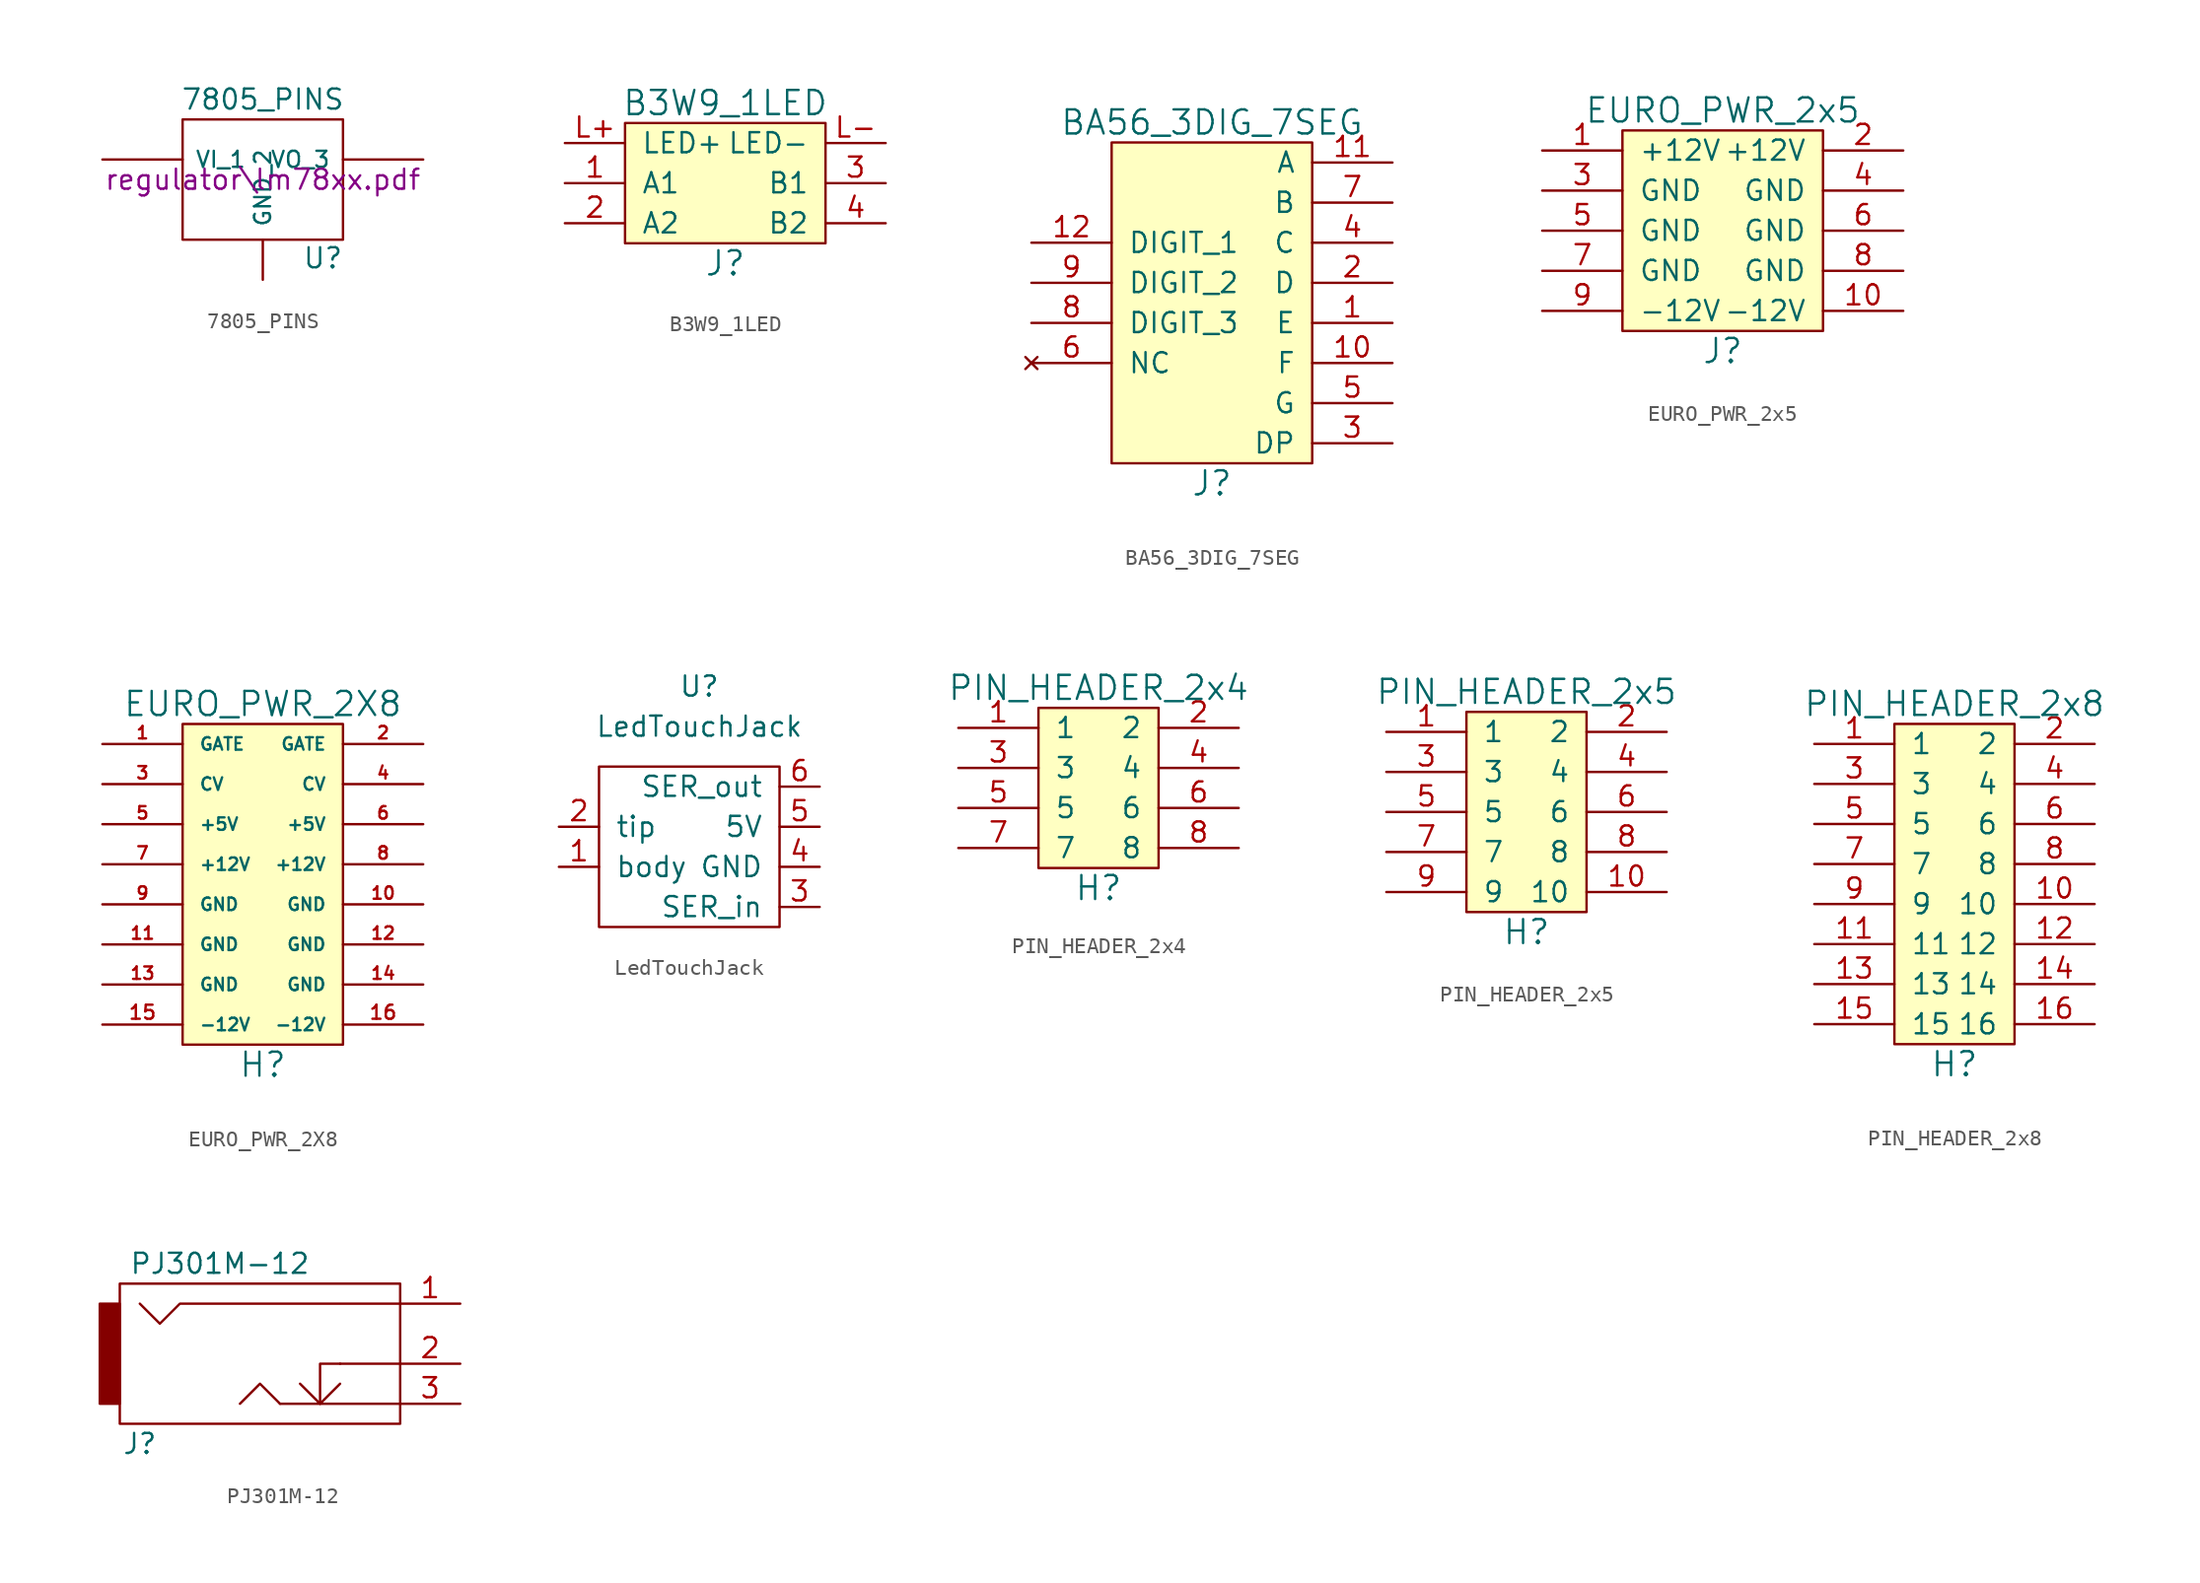
<source format=kicad_sym>
(kicad_symbol_lib
  (version 20211014)
  (generator kicad_symbol_editor)
  (symbol "7805_PINS"
    (pin_numbers hide)
    (pin_names
      (offset 0.762))
    (property "Reference" "U"
      (at 3.81 -4.978 0)
      (effects (font (size 1.27 1.27))))
    (property "Value" "7805_PINS"
      (at 0 5.08 0)
      (effects (font (size 1.27 1.27))))
    (property "Footprint" ""
      (at 0 0 0)
      (effects (font (size 1.27 1.27))))
    (property "Datasheet" "regulator\\lm78xx.pdf"
      (at 0 0 0)
      (effects (font (size 1.27 1.27))))
    (symbol "7805_PINS_0_1"
      (rectangle (start -5.08 -3.81) (end 5.08 3.81) (stroke (width 0) (type default) (color 0 0 0 0)) (fill (type none))))
    (symbol "7805_PINS_1_1"
      (pin input line (at -10.16 1.27 0) (length 5.08) (name "VI_1" (effects (font (size 1.016 1.016)))) (number "1" (effects (font (size 1.016 1.016)))))
      (pin input line (at 0 -6.35 90) (length 2.54) (name "GND_2" (effects (font (size 1.016 1.016)))) (number "2" (effects (font (size 1.016 1.016)))))
      (pin power_out line (at 10.16 1.27 180) (length 5.08) (name "VO_3" (effects (font (size 1.016 1.016)))) (number "3" (effects (font (size 1.016 1.016)))))))
  (symbol "B3W9_1LED"
    (pin_names
      (offset 1.016))
    (property "Reference" "J"
      (at 0 -5.08 0)
      (effects (font (size 1.524 1.524))))
    (property "Value" "B3W9_1LED"
      (at 0 5.08 0)
      (effects (font (size 1.524 1.524))))
    (property "Footprint" ""
      (at 1.27 -6.35 0)
      (effects (font (size 1.524 1.524))))
    (property "Datasheet" ""
      (at 1.27 -6.35 0)
      (effects (font (size 1.524 1.524))))
    (symbol "B3W9_1LED_0_1"
      (rectangle (start -6.35 3.81) (end 6.35 -3.81) (stroke (width 0) (type default) (color 0 0 0 0)) (fill (type background))))
    (symbol "B3W9_1LED_1_1"
      (pin passive line (at -10.16 0 0) (length 3.81) (name "A1" (effects (font (size 1.27 1.27)))) (number "1" (effects (font (size 1.27 1.27)))))
      (pin passive line (at -10.16 -2.54 0) (length 3.81) (name "A2" (effects (font (size 1.27 1.27)))) (number "2" (effects (font (size 1.27 1.27)))))
      (pin passive line (at 10.16 0 180) (length 3.81) (name "B1" (effects (font (size 1.27 1.27)))) (number "3" (effects (font (size 1.27 1.27)))))
      (pin passive line (at 10.16 -2.54 180) (length 3.81) (name "B2" (effects (font (size 1.27 1.27)))) (number "4" (effects (font (size 1.27 1.27)))))
      (pin passive line (at -10.16 2.54 0) (length 3.81) (name "LED+" (effects (font (size 1.27 1.27)))) (number "L+" (effects (font (size 1.27 1.27)))))
      (pin passive line (at 10.16 2.54 180) (length 3.81) (name "LED-" (effects (font (size 1.27 1.27)))) (number "L-" (effects (font (size 1.27 1.27)))))))
  (symbol "BA56_3DIG_7SEG"
    (pin_names
      (offset 1.016))
    (property "Reference" "J"
      (at 0 -11.43 0)
      (effects (font (size 1.524 1.524))))
    (property "Value" "BA56_3DIG_7SEG"
      (at 0 11.43 0)
      (effects (font (size 1.524 1.524))))
    (property "Footprint" ""
      (at 0 1.27 0)
      (effects (font (size 1.524 1.524))))
    (property "Datasheet" ""
      (at 0 1.27 0)
      (effects (font (size 1.524 1.524))))
    (symbol "BA56_3DIG_7SEG_0_1"
      (rectangle (start -6.35 10.16) (end 6.35 -10.16) (stroke (width 0) (type default) (color 0 0 0 0)) (fill (type background))))
    (symbol "BA56_3DIG_7SEG_1_1"
      (pin input line (at 11.43 -1.27 180) (length 5.08) (name "E" (effects (font (size 1.27 1.27)))) (number "1" (effects (font (size 1.27 1.27)))))
      (pin input line (at 11.43 -3.81 180) (length 5.08) (name "F" (effects (font (size 1.27 1.27)))) (number "10" (effects (font (size 1.27 1.27)))))
      (pin input line (at 11.43 8.89 180) (length 5.08) (name "A" (effects (font (size 1.27 1.27)))) (number "11" (effects (font (size 1.27 1.27)))))
      (pin input line (at -11.43 3.81 0) (length 5.08) (name "DIGIT_1" (effects (font (size 1.27 1.27)))) (number "12" (effects (font (size 1.27 1.27)))))
      (pin input line (at 11.43 1.27 180) (length 5.08) (name "D" (effects (font (size 1.27 1.27)))) (number "2" (effects (font (size 1.27 1.27)))))
      (pin input line (at 11.43 -8.89 180) (length 5.08) (name "DP" (effects (font (size 1.27 1.27)))) (number "3" (effects (font (size 1.27 1.27)))))
      (pin input line (at 11.43 3.81 180) (length 5.08) (name "C" (effects (font (size 1.27 1.27)))) (number "4" (effects (font (size 1.27 1.27)))))
      (pin input line (at 11.43 -6.35 180) (length 5.08) (name "G" (effects (font (size 1.27 1.27)))) (number "5" (effects (font (size 1.27 1.27)))))
      (pin no_connect line (at -11.43 -3.81 0) (length 5.08) (name "NC" (effects (font (size 1.27 1.27)))) (number "6" (effects (font (size 1.27 1.27)))))
      (pin input line (at 11.43 6.35 180) (length 5.08) (name "B" (effects (font (size 1.27 1.27)))) (number "7" (effects (font (size 1.27 1.27)))))
      (pin input line (at -11.43 -1.27 0) (length 5.08) (name "DIGIT_3" (effects (font (size 1.27 1.27)))) (number "8" (effects (font (size 1.27 1.27)))))
      (pin input line (at -11.43 1.27 0) (length 5.08) (name "DIGIT_2" (effects (font (size 1.27 1.27)))) (number "9" (effects (font (size 1.27 1.27)))))))
  (symbol "EURO_PWR_2x5"
    (pin_names
      (offset 1.016))
    (property "Reference" "J"
      (at 0 -7.62 0)
      (effects (font (size 1.524 1.524))))
    (property "Value" "EURO_PWR_2x5"
      (at 0 7.62 0)
      (effects (font (size 1.524 1.524))))
    (property "Footprint" ""
      (at 0 0 0)
      (effects (font (size 1.524 1.524))))
    (property "Datasheet" ""
      (at 0 0 0)
      (effects (font (size 1.524 1.524))))
    (symbol "EURO_PWR_2x5_0_1"
      (rectangle (start -6.35 6.35) (end 6.35 -6.35) (stroke (width 0) (type default) (color 0 0 0 0)) (fill (type background))))
    (symbol "EURO_PWR_2x5_1_1"
      (pin power_in line (at -11.43 5.08 0) (length 5.08) (name "+12V" (effects (font (size 1.27 1.27)))) (number "1" (effects (font (size 1.27 1.27)))))
      (pin power_in line (at 11.43 -5.08 180) (length 5.08) (name "-12V" (effects (font (size 1.27 1.27)))) (number "10" (effects (font (size 1.27 1.27)))))
      (pin power_in line (at 11.43 5.08 180) (length 5.08) (name "+12V" (effects (font (size 1.27 1.27)))) (number "2" (effects (font (size 1.27 1.27)))))
      (pin power_in line (at -11.43 2.54 0) (length 5.08) (name "GND" (effects (font (size 1.27 1.27)))) (number "3" (effects (font (size 1.27 1.27)))))
      (pin power_in line (at 11.43 2.54 180) (length 5.08) (name "GND" (effects (font (size 1.27 1.27)))) (number "4" (effects (font (size 1.27 1.27)))))
      (pin power_in line (at -11.43 0 0) (length 5.08) (name "GND" (effects (font (size 1.27 1.27)))) (number "5" (effects (font (size 1.27 1.27)))))
      (pin power_in line (at 11.43 0 180) (length 5.08) (name "GND" (effects (font (size 1.27 1.27)))) (number "6" (effects (font (size 1.27 1.27)))))
      (pin power_in line (at -11.43 -2.54 0) (length 5.08) (name "GND" (effects (font (size 1.27 1.27)))) (number "7" (effects (font (size 1.27 1.27)))))
      (pin power_in line (at 11.43 -2.54 180) (length 5.08) (name "GND" (effects (font (size 1.27 1.27)))) (number "8" (effects (font (size 1.27 1.27)))))
      (pin power_in line (at -11.43 -5.08 0) (length 5.08) (name "-12V" (effects (font (size 1.27 1.27)))) (number "9" (effects (font (size 1.27 1.27)))))))
  (symbol "EURO_PWR_2X8"
    (pin_names
      (offset 1.016))
    (property "Reference" "H"
      (at 1.27 -11.43 0)
      (effects (font (size 1.524 1.524))))
    (property "Value" "EURO_PWR_2X8"
      (at 1.27 11.43 0)
      (effects (font (size 1.524 1.524))))
    (property "Footprint" ""
      (at 2.54 3.81 0)
      (effects (font (size 1.524 1.524))))
    (property "Datasheet" ""
      (at 2.54 3.81 0)
      (effects (font (size 1.524 1.524))))
    (symbol "EURO_PWR_2X8_0_1"
      (rectangle (start -3.81 10.16) (end 6.35 -10.16) (stroke (width 0) (type default) (color 0 0 0 0)) (fill (type background))))
    (symbol "EURO_PWR_2X8_1_1"
      (pin bidirectional line (at -8.89 8.89 0) (length 5.08) (name "GATE" (effects (font (size 0.787 0.787)))) (number "1" (effects (font (size 0.787 0.787)))))
      (pin bidirectional line (at 11.43 -1.27 180) (length 5.08) (name "GND" (effects (font (size 0.787 0.787)))) (number "10" (effects (font (size 0.787 0.787)))))
      (pin bidirectional line (at -8.89 -3.81 0) (length 5.08) (name "GND" (effects (font (size 0.787 0.787)))) (number "11" (effects (font (size 0.787 0.787)))))
      (pin bidirectional line (at 11.43 -3.81 180) (length 5.08) (name "GND" (effects (font (size 0.787 0.787)))) (number "12" (effects (font (size 0.787 0.787)))))
      (pin bidirectional line (at -8.89 -6.35 0) (length 5.08) (name "GND" (effects (font (size 0.787 0.787)))) (number "13" (effects (font (size 0.787 0.787)))))
      (pin power_out line (at 11.43 -6.35 180) (length 5.08) (name "GND" (effects (font (size 0.787 0.787)))) (number "14" (effects (font (size 0.787 0.787)))))
      (pin bidirectional line (at -8.89 -8.89 0) (length 5.08) (name "-12V" (effects (font (size 0.787 0.787)))) (number "15" (effects (font (size 0.889 0.889)))))
      (pin power_out line (at 11.43 -8.89 180) (length 5.08) (name "-12V" (effects (font (size 0.787 0.787)))) (number "16" (effects (font (size 0.889 0.889)))))
      (pin bidirectional line (at 11.43 8.89 180) (length 5.08) (name "GATE" (effects (font (size 0.787 0.787)))) (number "2" (effects (font (size 0.787 0.787)))))
      (pin bidirectional line (at -8.89 6.35 0) (length 5.08) (name "CV" (effects (font (size 0.787 0.787)))) (number "3" (effects (font (size 0.787 0.787)))))
      (pin bidirectional line (at 11.43 6.35 180) (length 5.08) (name "CV" (effects (font (size 0.787 0.787)))) (number "4" (effects (font (size 0.787 0.787)))))
      (pin bidirectional line (at -8.89 3.81 0) (length 5.08) (name "+5V" (effects (font (size 0.787 0.787)))) (number "5" (effects (font (size 0.787 0.787)))))
      (pin power_out line (at 11.43 3.81 180) (length 5.08) (name "+5V" (effects (font (size 0.787 0.787)))) (number "6" (effects (font (size 0.787 0.787)))))
      (pin bidirectional line (at -8.89 1.27 0) (length 5.08) (name "+12V" (effects (font (size 0.787 0.787)))) (number "7" (effects (font (size 0.787 0.787)))))
      (pin power_out line (at 11.43 1.27 180) (length 5.08) (name "+12V" (effects (font (size 0.787 0.787)))) (number "8" (effects (font (size 0.787 0.787)))))
      (pin bidirectional line (at -8.89 -1.27 0) (length 5.08) (name "GND" (effects (font (size 0.787 0.787)))) (number "9" (effects (font (size 0.787 0.787)))))))
  (symbol "LedTouchJack"
    (pin_names
      (offset 1.016))
    (property "Reference" "U"
      (at 0 13.97 0)
      (effects (font (size 1.27 1.27))))
    (property "Value" "LedTouchJack"
      (at 0 11.43 0)
      (effects (font (size 1.27 1.27))))
    (symbol "LedTouchJack_0_0"
      (rectangle (start -6.35 8.89) (end 5.08 -1.27) (stroke (width 0) (type default) (color 0 0 0 0)) (fill (type none))))
    (symbol "LedTouchJack_1_1"
      (pin bidirectional line (at -8.89 2.54 0) (length 2.54) (name "body~{}" (effects (font (size 1.27 1.27)))) (number "1" (effects (font (size 1.27 1.27)))))
      (pin bidirectional line (at -8.89 5.08 0) (length 2.54) (name "tip~{}" (effects (font (size 1.27 1.27)))) (number "2" (effects (font (size 1.27 1.27)))))
      (pin bidirectional line (at 7.62 0 180) (length 2.54) (name "SER_in" (effects (font (size 1.27 1.27)))) (number "3" (effects (font (size 1.27 1.27)))))
      (pin bidirectional line (at 7.62 2.54 180) (length 2.54) (name "GND" (effects (font (size 1.27 1.27)))) (number "4" (effects (font (size 1.27 1.27)))))
      (pin bidirectional line (at 7.62 5.08 180) (length 2.54) (name "5V" (effects (font (size 1.27 1.27)))) (number "5" (effects (font (size 1.27 1.27)))))
      (pin bidirectional line (at 7.62 7.62 180) (length 2.54) (name "SER_out" (effects (font (size 1.27 1.27)))) (number "6" (effects (font (size 1.27 1.27)))))))
  (symbol "PIN_HEADER_2x4"
    (pin_names
      (offset 1.016))
    (property "Reference" "H"
      (at 0 -6.35 0)
      (effects (font (size 1.524 1.524))))
    (property "Value" "PIN_HEADER_2x4"
      (at 0 6.35 0)
      (effects (font (size 1.524 1.524))))
    (property "Footprint" ""
      (at 2.54 -1.27 0)
      (effects (font (size 1.524 1.524))))
    (property "Datasheet" ""
      (at 2.54 -1.27 0)
      (effects (font (size 1.524 1.524))))
    (symbol "PIN_HEADER_2x4_0_1"
      (rectangle (start -3.81 5.08) (end 3.81 -5.08) (stroke (width 0) (type default) (color 0 0 0 0)) (fill (type background))))
    (symbol "PIN_HEADER_2x4_1_1"
      (pin bidirectional line (at -8.89 3.81 0) (length 5.08) (name "1" (effects (font (size 1.27 1.27)))) (number "1" (effects (font (size 1.27 1.27)))))
      (pin bidirectional line (at 8.89 3.81 180) (length 5.08) (name "2" (effects (font (size 1.27 1.27)))) (number "2" (effects (font (size 1.27 1.27)))))
      (pin bidirectional line (at -8.89 1.27 0) (length 5.08) (name "3" (effects (font (size 1.27 1.27)))) (number "3" (effects (font (size 1.27 1.27)))))
      (pin bidirectional line (at 8.89 1.27 180) (length 5.08) (name "4" (effects (font (size 1.27 1.27)))) (number "4" (effects (font (size 1.27 1.27)))))
      (pin bidirectional line (at -8.89 -1.27 0) (length 5.08) (name "5" (effects (font (size 1.27 1.27)))) (number "5" (effects (font (size 1.27 1.27)))))
      (pin bidirectional line (at 8.89 -1.27 180) (length 5.08) (name "6" (effects (font (size 1.27 1.27)))) (number "6" (effects (font (size 1.27 1.27)))))
      (pin bidirectional line (at -8.89 -3.81 0) (length 5.08) (name "7" (effects (font (size 1.27 1.27)))) (number "7" (effects (font (size 1.27 1.27)))))
      (pin bidirectional line (at 8.89 -3.81 180) (length 5.08) (name "8" (effects (font (size 1.27 1.27)))) (number "8" (effects (font (size 1.27 1.27)))))))
  (symbol "PIN_HEADER_2x5"
    (pin_names
      (offset 1.016))
    (property "Reference" "H"
      (at 0 -7.62 0)
      (effects (font (size 1.524 1.524))))
    (property "Value" "PIN_HEADER_2x5"
      (at 0 7.62 0)
      (effects (font (size 1.524 1.524))))
    (property "Footprint" ""
      (at 2.54 0 0)
      (effects (font (size 1.524 1.524))))
    (property "Datasheet" ""
      (at 2.54 0 0)
      (effects (font (size 1.524 1.524))))
    (symbol "PIN_HEADER_2x5_0_1"
      (rectangle (start -3.81 6.35) (end 3.81 -6.35) (stroke (width 0) (type default) (color 0 0 0 0)) (fill (type background))))
    (symbol "PIN_HEADER_2x5_1_1"
      (pin bidirectional line (at -8.89 5.08 0) (length 5.08) (name "1" (effects (font (size 1.27 1.27)))) (number "1" (effects (font (size 1.27 1.27)))))
      (pin bidirectional line (at 8.89 -5.08 180) (length 5.08) (name "10" (effects (font (size 1.27 1.27)))) (number "10" (effects (font (size 1.27 1.27)))))
      (pin bidirectional line (at 8.89 5.08 180) (length 5.08) (name "2" (effects (font (size 1.27 1.27)))) (number "2" (effects (font (size 1.27 1.27)))))
      (pin bidirectional line (at -8.89 2.54 0) (length 5.08) (name "3" (effects (font (size 1.27 1.27)))) (number "3" (effects (font (size 1.27 1.27)))))
      (pin bidirectional line (at 8.89 2.54 180) (length 5.08) (name "4" (effects (font (size 1.27 1.27)))) (number "4" (effects (font (size 1.27 1.27)))))
      (pin bidirectional line (at -8.89 0 0) (length 5.08) (name "5" (effects (font (size 1.27 1.27)))) (number "5" (effects (font (size 1.27 1.27)))))
      (pin bidirectional line (at 8.89 0 180) (length 5.08) (name "6" (effects (font (size 1.27 1.27)))) (number "6" (effects (font (size 1.27 1.27)))))
      (pin bidirectional line (at -8.89 -2.54 0) (length 5.08) (name "7" (effects (font (size 1.27 1.27)))) (number "7" (effects (font (size 1.27 1.27)))))
      (pin bidirectional line (at 8.89 -2.54 180) (length 5.08) (name "8" (effects (font (size 1.27 1.27)))) (number "8" (effects (font (size 1.27 1.27)))))
      (pin bidirectional line (at -8.89 -5.08 0) (length 5.08) (name "9" (effects (font (size 1.27 1.27)))) (number "9" (effects (font (size 1.27 1.27)))))))
  (symbol "PIN_HEADER_2x8"
    (pin_names
      (offset 1.016))
    (property "Reference" "H"
      (at 0 -11.43 0)
      (effects (font (size 1.524 1.524))))
    (property "Value" "PIN_HEADER_2x8"
      (at 0 11.43 0)
      (effects (font (size 1.524 1.524))))
    (property "Footprint" ""
      (at 2.54 3.81 0)
      (effects (font (size 1.524 1.524))))
    (property "Datasheet" ""
      (at 2.54 3.81 0)
      (effects (font (size 1.524 1.524))))
    (symbol "PIN_HEADER_2x8_0_1"
      (rectangle (start -3.81 10.16) (end 3.81 -10.16) (stroke (width 0) (type default) (color 0 0 0 0)) (fill (type background))))
    (symbol "PIN_HEADER_2x8_1_1"
      (pin bidirectional line (at -8.89 8.89 0) (length 5.08) (name "1" (effects (font (size 1.27 1.27)))) (number "1" (effects (font (size 1.27 1.27)))))
      (pin bidirectional line (at 8.89 -1.27 180) (length 5.08) (name "10" (effects (font (size 1.27 1.27)))) (number "10" (effects (font (size 1.27 1.27)))))
      (pin bidirectional line (at -8.89 -3.81 0) (length 5.08) (name "11" (effects (font (size 1.27 1.27)))) (number "11" (effects (font (size 1.27 1.27)))))
      (pin bidirectional line (at 8.89 -3.81 180) (length 5.08) (name "12" (effects (font (size 1.27 1.27)))) (number "12" (effects (font (size 1.27 1.27)))))
      (pin bidirectional line (at -8.89 -6.35 0) (length 5.08) (name "13" (effects (font (size 1.27 1.27)))) (number "13" (effects (font (size 1.27 1.27)))))
      (pin bidirectional line (at 8.89 -6.35 180) (length 5.08) (name "14" (effects (font (size 1.27 1.27)))) (number "14" (effects (font (size 1.27 1.27)))))
      (pin bidirectional line (at -8.89 -8.89 0) (length 5.08) (name "15" (effects (font (size 1.27 1.27)))) (number "15" (effects (font (size 1.27 1.27)))))
      (pin bidirectional line (at 8.89 -8.89 180) (length 5.08) (name "16" (effects (font (size 1.27 1.27)))) (number "16" (effects (font (size 1.27 1.27)))))
      (pin bidirectional line (at 8.89 8.89 180) (length 5.08) (name "2" (effects (font (size 1.27 1.27)))) (number "2" (effects (font (size 1.27 1.27)))))
      (pin bidirectional line (at -8.89 6.35 0) (length 5.08) (name "3" (effects (font (size 1.27 1.27)))) (number "3" (effects (font (size 1.27 1.27)))))
      (pin bidirectional line (at 8.89 6.35 180) (length 5.08) (name "4" (effects (font (size 1.27 1.27)))) (number "4" (effects (font (size 1.27 1.27)))))
      (pin bidirectional line (at -8.89 3.81 0) (length 5.08) (name "5" (effects (font (size 1.27 1.27)))) (number "5" (effects (font (size 1.27 1.27)))))
      (pin bidirectional line (at 8.89 3.81 180) (length 5.08) (name "6" (effects (font (size 1.27 1.27)))) (number "6" (effects (font (size 1.27 1.27)))))
      (pin bidirectional line (at -8.89 1.27 0) (length 5.08) (name "7" (effects (font (size 1.27 1.27)))) (number "7" (effects (font (size 1.27 1.27)))))
      (pin bidirectional line (at 8.89 1.27 180) (length 5.08) (name "8" (effects (font (size 1.27 1.27)))) (number "8" (effects (font (size 1.27 1.27)))))
      (pin bidirectional line (at -8.89 -1.27 0) (length 5.08) (name "9" (effects (font (size 1.27 1.27)))) (number "9" (effects (font (size 1.27 1.27)))))))
  (symbol "PJ301M-12"
    (pin_names
      (offset 1.016))
    (property "Reference" "J"
      (at -8.89 -5.08 0)
      (effects (font (size 1.27 1.27))))
    (property "Value" "PJ301M-12"
      (at -3.81 6.35 0)
      (effects (font (size 1.27 1.27))))
    (property "Footprint" ""
      (at 0 0 0)
      (effects (font (size 1.27 1.27))))
    (property "Datasheet" ""
      (at 0 0 0)
      (effects (font (size 1.27 1.27))))
    (symbol "PJ301M-12_0_1"
      (rectangle (start -11.43 3.81) (end -10.16 -2.54) (stroke (width 0) (type default) (color 0 0 0 0)) (fill (type outline)))
      (polyline (pts (xy 3.81 0) (xy 7.62 0) (xy 7.62 0)) (stroke (width 0) (type default) (color 0 0 0 0)) (fill (type none)))
      (polyline (pts (xy 0 -2.54) (xy -1.27 -1.27) (xy -2.54 -2.54) (xy -2.54 -2.54)) (stroke (width 0) (type default) (color 0 0 0 0)) (fill (type none)))
      (polyline (pts (xy 0 -2.54) (xy 7.62 -2.54) (xy 7.62 -2.54) (xy 7.62 -2.54)) (stroke (width 0) (type default) (color 0 0 0 0)) (fill (type none)))
      (polyline (pts (xy 1.27 -1.27) (xy 2.54 -2.54) (xy 3.81 -1.27) (xy 3.81 -1.27)) (stroke (width 0) (type default) (color 0 0 0 0)) (fill (type none)))
      (polyline (pts (xy 3.81 0) (xy 2.54 0) (xy 2.54 -2.54) (xy 2.54 -2.54)) (stroke (width 0) (type default) (color 0 0 0 0)) (fill (type none)))
      (polyline (pts (xy 7.62 3.81) (xy -6.35 3.81) (xy -7.62 2.54) (xy -8.89 3.81) (xy -8.89 3.81)) (stroke (width 0) (type default) (color 0 0 0 0)) (fill (type none)))
      (rectangle (start 7.62 -3.81) (end -10.16 5.08) (stroke (width 0) (type default) (color 0 0 0 0)) (fill (type none))))
    (symbol "PJ301M-12_1_1"
      (pin passive line (at 11.43 3.81 180) (length 3.81) (name "~" (effects (font (size 1.27 1.27)))) (number "1" (effects (font (size 1.27 1.27)))))
      (pin passive line (at 11.43 0 180) (length 3.81) (name "~" (effects (font (size 1.27 1.27)))) (number "2" (effects (font (size 1.27 1.27)))))
      (pin passive line (at 11.43 -2.54 180) (length 3.81) (name "~" (effects (font (size 1.27 1.27)))) (number "3" (effects (font (size 1.27 1.27))))))))
</source>
